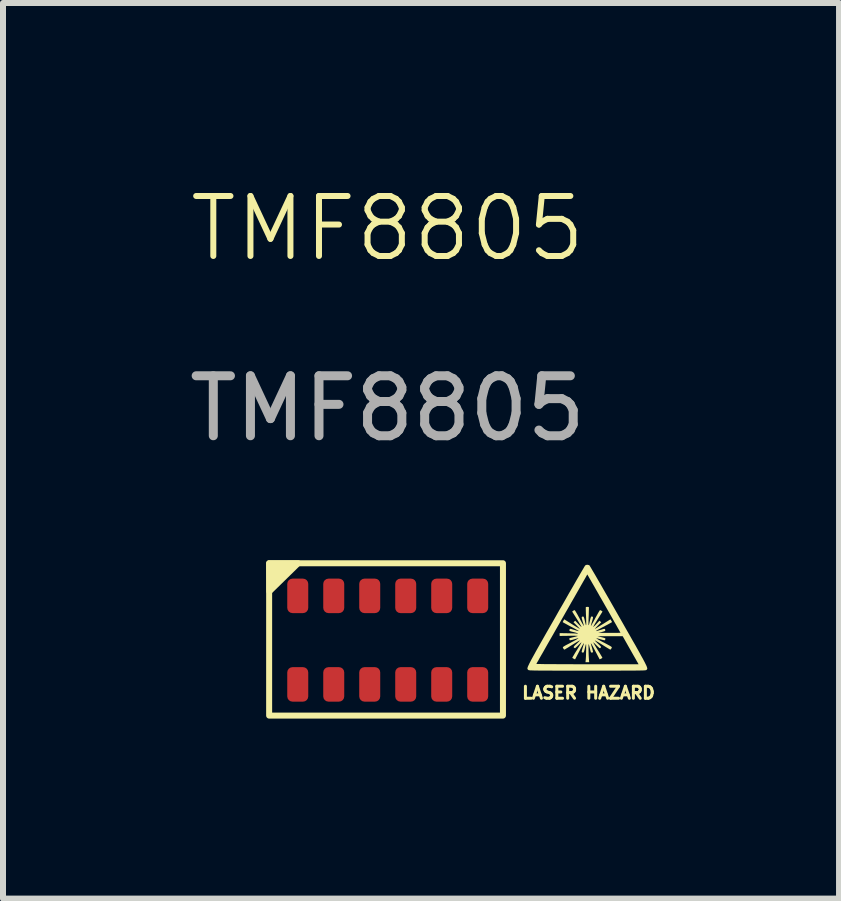
<source format=kicad_pcb>
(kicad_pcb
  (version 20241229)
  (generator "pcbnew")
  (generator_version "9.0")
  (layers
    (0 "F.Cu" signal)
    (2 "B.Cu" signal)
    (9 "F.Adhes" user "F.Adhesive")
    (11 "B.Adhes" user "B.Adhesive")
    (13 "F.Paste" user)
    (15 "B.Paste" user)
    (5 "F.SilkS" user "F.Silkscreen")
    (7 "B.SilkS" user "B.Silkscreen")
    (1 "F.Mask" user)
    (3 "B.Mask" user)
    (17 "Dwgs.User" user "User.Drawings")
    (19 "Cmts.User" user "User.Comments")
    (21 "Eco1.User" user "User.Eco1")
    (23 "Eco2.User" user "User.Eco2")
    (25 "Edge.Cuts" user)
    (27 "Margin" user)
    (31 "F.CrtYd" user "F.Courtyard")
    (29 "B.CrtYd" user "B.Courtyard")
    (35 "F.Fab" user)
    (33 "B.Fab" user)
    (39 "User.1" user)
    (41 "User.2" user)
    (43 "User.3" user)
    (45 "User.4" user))
  (footprint "TMF8805"
    (layer "F.Cu")
    (at 3.411 1.26)
    (property "Reference" "TMF8805" (at 0 -0.5 0) (unlocked yes) (layer "F.SilkS") (effects (font (size 1 1) (thickness 0.1))))
    (attr smd)
    (fp_rect (start -1.974 5.08) (end 1.924 7.62) (stroke (width 0.1) (type default)) (fill no) (layer "F.SilkS"))
    (fp_poly (pts (xy -1.974 5.08) (xy -1.49 5.08) (xy -1.97 5.55) (xy -1.97 5.38)) (stroke (width 0.1) (type solid)) (fill yes) (layer "F.SilkS"))
    (fp_poly (pts (xy 3.361 5.113) (xy 3.366 5.116) (xy 3.371 5.123) (xy 3.382 5.142) (xy 3.399 5.17) (xy 3.421 5.208) (xy 3.449 5.255) (xy 3.481 5.31) (xy 3.517 5.373) (xy 3.558 5.443) (xy 3.602 5.52) (xy 3.649 5.602) (xy 3.699 5.689) (xy 3.751 5.78) (xy 3.805 5.875) (xy 3.855 5.963) (xy 3.922 6.08) (xy 3.982 6.186) (xy 4.037 6.282) (xy 4.085 6.367) (xy 4.129 6.443) (xy 4.167 6.511) (xy 4.2 6.57) (xy 4.228 6.622) (xy 4.253 6.666) (xy 4.273 6.704) (xy 4.29 6.736) (xy 4.303 6.763) (xy 4.314 6.785) (xy 4.321 6.802) (xy 4.326 6.816) (xy 4.329 6.827) (xy 4.33 6.835) (xy 4.329 6.842) (xy 4.327 6.847) (xy 4.324 6.851) (xy 4.32 6.855) (xy 4.318 6.857) (xy 4.316 6.859) (xy 4.313 6.861) (xy 4.309 6.862) (xy 4.304 6.864) (xy 4.295 6.865) (xy 4.284 6.866) (xy 4.269 6.867) (xy 4.249 6.868) (xy 4.224 6.868) (xy 4.193 6.869) (xy 4.156 6.869) (xy 4.112 6.87) (xy 4.06 6.87) (xy 4 6.87) (xy 3.93 6.87) (xy 3.851 6.871) (xy 3.762 6.871) (xy 3.662 6.871) (xy 3.55 6.871) (xy 3.425 6.871) (xy 3.331 6.871) (xy 3.198 6.871) (xy 3.077 6.871) (xy 2.969 6.871) (xy 2.872 6.871) (xy 2.786 6.871) (xy 2.71 6.87) (xy 2.643 6.87) (xy 2.586 6.87) (xy 2.536 6.87) (xy 2.494 6.869) (xy 2.459 6.869) (xy 2.43 6.868) (xy 2.407 6.867) (xy 2.388 6.867) (xy 2.374 6.866) (xy 2.364 6.864) (xy 2.356 6.863) (xy 2.351 6.862) (xy 2.348 6.86) (xy 2.346 6.859) (xy 2.344 6.857) (xy 2.34 6.853) (xy 2.337 6.849) (xy 2.334 6.845) (xy 2.332 6.84) (xy 2.332 6.832) (xy 2.334 6.823) (xy 2.337 6.811) (xy 2.343 6.796) (xy 2.352 6.777) (xy 2.361 6.759) (xy 2.48 6.759) (xy 2.486 6.759) (xy 2.505 6.76) (xy 2.536 6.76) (xy 2.577 6.761) (xy 2.629 6.762) (xy 2.69 6.762) (xy 2.76 6.762) (xy 2.838 6.763) (xy 2.923 6.763) (xy 3.014 6.763) (xy 3.111 6.764) (xy 3.212 6.764) (xy 3.317 6.764) (xy 3.331 6.764) (xy 4.185 6.764) (xy 4.163 6.725) (xy 4.154 6.71) (xy 4.14 6.684) (xy 4.121 6.651) (xy 4.098 6.611) (xy 4.073 6.567) (xy 4.046 6.519) (xy 4.03 6.491) (xy 3.92 6.296) (xy 3.709 6.296) (xy 3.498 6.296) (xy 3.567 6.313) (xy 3.598 6.321) (xy 3.617 6.327) (xy 3.628 6.332) (xy 3.632 6.337) (xy 3.632 6.343) (xy 3.632 6.345) (xy 3.626 6.358) (xy 3.623 6.364) (xy 3.615 6.364) (xy 3.597 6.361) (xy 3.572 6.354) (xy 3.553 6.349) (xy 3.525 6.34) (xy 3.501 6.334) (xy 3.485 6.331) (xy 3.48 6.331) (xy 3.483 6.334) (xy 3.497 6.343) (xy 3.519 6.356) (xy 3.549 6.373) (xy 3.583 6.391) (xy 3.597 6.398) (xy 3.643 6.422) (xy 3.678 6.441) (xy 3.704 6.455) (xy 3.722 6.466) (xy 3.733 6.474) (xy 3.738 6.48) (xy 3.739 6.486) (xy 3.737 6.492) (xy 3.733 6.499) (xy 3.731 6.501) (xy 3.722 6.515) (xy 3.714 6.52) (xy 3.712 6.52) (xy 3.705 6.516) (xy 3.688 6.506) (xy 3.663 6.491) (xy 3.632 6.472) (xy 3.597 6.45) (xy 3.582 6.44) (xy 3.546 6.418) (xy 3.514 6.398) (xy 3.487 6.383) (xy 3.467 6.372) (xy 3.457 6.366) (xy 3.455 6.366) (xy 3.459 6.372) (xy 3.47 6.384) (xy 3.488 6.402) (xy 3.509 6.422) (xy 3.533 6.445) (xy 3.548 6.46) (xy 3.557 6.471) (xy 3.559 6.478) (xy 3.557 6.484) (xy 3.556 6.485) (xy 3.545 6.494) (xy 3.538 6.496) (xy 3.53 6.492) (xy 3.516 6.479) (xy 3.496 6.461) (xy 3.481 6.446) (xy 3.461 6.426) (xy 3.444 6.41) (xy 3.433 6.4) (xy 3.429 6.399) (xy 3.432 6.405) (xy 3.441 6.421) (xy 3.455 6.445) (xy 3.473 6.475) (xy 3.494 6.51) (xy 3.504 6.526) (xy 3.527 6.562) (xy 3.547 6.595) (xy 3.563 6.622) (xy 3.575 6.642) (xy 3.581 6.654) (xy 3.582 6.655) (xy 3.576 6.662) (xy 3.563 6.67) (xy 3.559 6.672) (xy 3.536 6.683) (xy 3.468 6.553) (xy 3.442 6.504) (xy 3.422 6.466) (xy 3.407 6.439) (xy 3.396 6.422) (xy 3.39 6.416) (xy 3.388 6.418) (xy 3.388 6.418) (xy 3.39 6.425) (xy 3.395 6.442) (xy 3.402 6.467) (xy 3.408 6.487) (xy 3.416 6.515) (xy 3.422 6.539) (xy 3.425 6.556) (xy 3.425 6.561) (xy 3.417 6.568) (xy 3.405 6.57) (xy 3.398 6.569) (xy 3.392 6.564) (xy 3.387 6.554) (xy 3.382 6.536) (xy 3.375 6.507) (xy 3.374 6.504) (xy 3.367 6.476) (xy 3.361 6.451) (xy 3.356 6.434) (xy 3.354 6.429) (xy 3.352 6.432) (xy 3.351 6.447) (xy 3.351 6.47) (xy 3.351 6.5) (xy 3.351 6.535) (xy 3.352 6.572) (xy 3.353 6.61) (xy 3.355 6.645) (xy 3.357 6.677) (xy 3.358 6.692) (xy 3.362 6.73) (xy 3.331 6.73) (xy 3.3 6.73) (xy 3.304 6.692) (xy 3.306 6.664) (xy 3.308 6.63) (xy 3.309 6.594) (xy 3.31 6.556) (xy 3.311 6.519) (xy 3.311 6.486) (xy 3.311 6.459) (xy 3.311 6.439) (xy 3.309 6.43) (xy 3.308 6.429) (xy 3.304 6.44) (xy 3.299 6.46) (xy 3.292 6.487) (xy 3.288 6.504) (xy 3.281 6.534) (xy 3.275 6.553) (xy 3.27 6.564) (xy 3.265 6.569) (xy 3.257 6.57) (xy 3.257 6.57) (xy 3.243 6.567) (xy 3.237 6.561) (xy 3.237 6.551) (xy 3.241 6.532) (xy 3.248 6.506) (xy 3.254 6.487) (xy 3.262 6.459) (xy 3.269 6.437) (xy 3.273 6.422) (xy 3.274 6.418) (xy 3.272 6.415) (xy 3.266 6.422) (xy 3.256 6.438) (xy 3.241 6.465) (xy 3.22 6.502) (xy 3.195 6.551) (xy 3.194 6.553) (xy 3.126 6.683) (xy 3.103 6.672) (xy 3.088 6.663) (xy 3.08 6.656) (xy 3.08 6.655) (xy 3.084 6.648) (xy 3.093 6.632) (xy 3.108 6.607) (xy 3.126 6.576) (xy 3.148 6.541) (xy 3.158 6.526) (xy 3.18 6.489) (xy 3.2 6.457) (xy 3.216 6.43) (xy 3.227 6.411) (xy 3.232 6.4) (xy 3.233 6.399) (xy 3.227 6.402) (xy 3.214 6.413) (xy 3.197 6.43) (xy 3.181 6.446) (xy 3.16 6.467) (xy 3.142 6.483) (xy 3.129 6.494) (xy 3.124 6.496) (xy 3.113 6.491) (xy 3.106 6.485) (xy 3.103 6.479) (xy 3.105 6.472) (xy 3.112 6.462) (xy 3.126 6.447) (xy 3.149 6.426) (xy 3.153 6.422) (xy 3.175 6.401) (xy 3.193 6.383) (xy 3.204 6.371) (xy 3.207 6.366) (xy 3.2 6.369) (xy 3.184 6.377) (xy 3.16 6.391) (xy 3.13 6.409) (xy 3.095 6.431) (xy 3.08 6.44) (xy 3.043 6.463) (xy 3.011 6.484) (xy 2.983 6.5) (xy 2.963 6.513) (xy 2.951 6.519) (xy 2.95 6.52) (xy 2.942 6.517) (xy 2.933 6.505) (xy 2.931 6.501) (xy 2.926 6.494) (xy 2.923 6.488) (xy 2.923 6.482) (xy 2.927 6.476) (xy 2.937 6.468) (xy 2.953 6.458) (xy 2.976 6.445) (xy 3.009 6.428) (xy 3.052 6.406) (xy 3.065 6.398) (xy 3.102 6.379) (xy 3.133 6.362) (xy 3.158 6.347) (xy 3.175 6.337) (xy 3.182 6.331) (xy 3.182 6.331) (xy 3.173 6.331) (xy 3.154 6.336) (xy 3.129 6.343) (xy 3.109 6.349) (xy 3.082 6.357) (xy 3.059 6.362) (xy 3.044 6.365) (xy 3.039 6.364) (xy 3.034 6.354) (xy 3.03 6.345) (xy 3.029 6.338) (xy 3.032 6.333) (xy 3.041 6.328) (xy 3.058 6.323) (xy 3.085 6.316) (xy 3.097 6.313) (xy 3.127 6.306) (xy 3.151 6.299) (xy 3.167 6.294) (xy 3.173 6.292) (xy 3.168 6.291) (xy 3.151 6.29) (xy 3.125 6.289) (xy 3.09 6.289) (xy 3.049 6.289) (xy 3.023 6.29) (xy 2.869 6.292) (xy 2.869 6.269) (xy 2.869 6.245) (xy 2.993 6.247) (xy 3.035 6.248) (xy 3.074 6.249) (xy 3.107 6.25) (xy 3.132 6.251) (xy 3.145 6.253) (xy 3.166 6.254) (xy 3.174 6.253) (xy 3.172 6.249) (xy 3.159 6.244) (xy 3.137 6.237) (xy 3.107 6.229) (xy 3.102 6.228) (xy 3.07 6.22) (xy 3.049 6.214) (xy 3.038 6.209) (xy 3.032 6.204) (xy 3.032 6.198) (xy 3.035 6.183) (xy 3.04 6.175) (xy 3.05 6.174) (xy 3.069 6.178) (xy 3.081 6.182) (xy 3.121 6.194) (xy 3.149 6.203) (xy 3.168 6.208) (xy 3.179 6.211) (xy 3.185 6.211) (xy 3.187 6.21) (xy 3.187 6.21) (xy 3.181 6.205) (xy 3.166 6.196) (xy 3.141 6.182) (xy 3.11 6.165) (xy 3.073 6.145) (xy 3.053 6.135) (xy 3.015 6.115) (xy 2.981 6.096) (xy 2.953 6.081) (xy 2.932 6.069) (xy 2.921 6.063) (xy 2.92 6.061) (xy 2.923 6.054) (xy 2.931 6.04) (xy 2.933 6.036) (xy 2.946 6.015) (xy 3.073 6.095) (xy 3.11 6.118) (xy 3.143 6.138) (xy 3.171 6.155) (xy 3.192 6.168) (xy 3.203 6.174) (xy 3.205 6.175) (xy 3.203 6.171) (xy 3.193 6.159) (xy 3.176 6.141) (xy 3.155 6.119) (xy 3.1 6.064) (xy 3.114 6.051) (xy 3.129 6.038) (xy 3.181 6.094) (xy 3.202 6.115) (xy 3.219 6.132) (xy 3.23 6.141) (xy 3.234 6.142) (xy 3.231 6.135) (xy 3.221 6.117) (xy 3.206 6.092) (xy 3.188 6.061) (xy 3.166 6.026) (xy 3.156 6.01) (xy 3.078 5.886) (xy 3.094 5.873) (xy 3.108 5.865) (xy 3.12 5.862) (xy 3.125 5.868) (xy 3.136 5.885) (xy 3.151 5.91) (xy 3.169 5.941) (xy 3.189 5.978) (xy 3.199 5.996) (xy 3.219 6.034) (xy 3.238 6.068) (xy 3.253 6.095) (xy 3.264 6.115) (xy 3.271 6.125) (xy 3.272 6.126) (xy 3.272 6.118) (xy 3.268 6.101) (xy 3.261 6.076) (xy 3.253 6.051) (xy 3.244 6.019) (xy 3.238 5.998) (xy 3.237 5.985) (xy 3.238 5.977) (xy 3.241 5.974) (xy 3.254 5.968) (xy 3.263 5.968) (xy 3.271 5.977) (xy 3.278 5.996) (xy 3.286 6.027) (xy 3.287 6.033) (xy 3.295 6.068) (xy 3.302 6.094) (xy 3.306 6.109) (xy 3.31 6.113) (xy 3.312 6.106) (xy 3.313 6.088) (xy 3.312 6.057) (xy 3.311 6.014) (xy 3.309 5.961) (xy 3.307 5.918) (xy 3.306 5.88) (xy 3.305 5.849) (xy 3.305 5.826) (xy 3.305 5.814) (xy 3.306 5.812) (xy 3.314 5.809) (xy 3.329 5.807) (xy 3.345 5.808) (xy 3.355 5.811) (xy 3.356 5.812) (xy 3.357 5.82) (xy 3.357 5.839) (xy 3.356 5.868) (xy 3.355 5.904) (xy 3.354 5.945) (xy 3.353 5.961) (xy 3.351 6.016) (xy 3.35 6.059) (xy 3.35 6.089) (xy 3.35 6.107) (xy 3.352 6.113) (xy 3.356 6.109) (xy 3.361 6.093) (xy 3.367 6.067) (xy 3.375 6.033) (xy 3.383 6) (xy 3.39 5.98) (xy 3.397 5.969) (xy 3.407 5.967) (xy 3.419 5.972) (xy 3.421 5.974) (xy 3.425 5.978) (xy 3.425 5.987) (xy 3.423 6.002) (xy 3.416 6.026) (xy 3.409 6.051) (xy 3.4 6.08) (xy 3.394 6.104) (xy 3.39 6.12) (xy 3.39 6.126) (xy 3.394 6.121) (xy 3.403 6.106) (xy 3.416 6.082) (xy 3.433 6.052) (xy 3.453 6.016) (xy 3.463 5.996) (xy 3.484 5.958) (xy 3.503 5.924) (xy 3.519 5.896) (xy 3.532 5.875) (xy 3.54 5.864) (xy 3.542 5.862) (xy 3.554 5.865) (xy 3.568 5.873) (xy 3.584 5.886) (xy 3.506 6.01) (xy 3.483 6.047) (xy 3.463 6.08) (xy 3.447 6.108) (xy 3.435 6.128) (xy 3.429 6.14) (xy 3.428 6.142) (xy 3.432 6.141) (xy 3.444 6.131) (xy 3.461 6.115) (xy 3.481 6.094) (xy 3.533 6.038) (xy 3.548 6.051) (xy 3.562 6.064) (xy 3.507 6.119) (xy 3.486 6.141) (xy 3.469 6.159) (xy 3.459 6.171) (xy 3.457 6.175) (xy 3.463 6.172) (xy 3.48 6.162) (xy 3.504 6.147) (xy 3.535 6.128) (xy 3.57 6.106) (xy 3.589 6.095) (xy 3.716 6.015) (xy 3.729 6.036) (xy 3.738 6.051) (xy 3.742 6.06) (xy 3.742 6.061) (xy 3.737 6.065) (xy 3.721 6.074) (xy 3.696 6.088) (xy 3.665 6.105) (xy 3.629 6.124) (xy 3.609 6.135) (xy 3.57 6.155) (xy 3.536 6.174) (xy 3.508 6.189) (xy 3.488 6.201) (xy 3.476 6.208) (xy 3.475 6.21) (xy 3.476 6.211) (xy 3.48 6.211) (xy 3.49 6.209) (xy 3.506 6.205) (xy 3.531 6.197) (xy 3.567 6.187) (xy 3.581 6.182) (xy 3.604 6.175) (xy 3.618 6.174) (xy 3.625 6.178) (xy 3.629 6.19) (xy 3.63 6.198) (xy 3.629 6.205) (xy 3.623 6.21) (xy 3.61 6.215) (xy 3.587 6.222) (xy 3.572 6.226) (xy 3.512 6.24) (xy 3.697 6.241) (xy 3.746 6.241) (xy 3.789 6.241) (xy 3.826 6.241) (xy 3.856 6.24) (xy 3.875 6.239) (xy 3.883 6.238) (xy 3.883 6.238) (xy 3.88 6.232) (xy 3.87 6.215) (xy 3.856 6.189) (xy 3.836 6.154) (xy 3.813 6.112) (xy 3.785 6.064) (xy 3.755 6.01) (xy 3.722 5.952) (xy 3.687 5.89) (xy 3.651 5.827) (xy 3.614 5.762) (xy 3.577 5.697) (xy 3.54 5.633) (xy 3.505 5.571) (xy 3.471 5.512) (xy 3.44 5.457) (xy 3.411 5.407) (xy 3.386 5.363) (xy 3.364 5.326) (xy 3.348 5.297) (xy 3.336 5.277) (xy 3.331 5.268) (xy 3.33 5.267) (xy 3.327 5.273) (xy 3.317 5.29) (xy 3.302 5.317) (xy 3.281 5.354) (xy 3.255 5.399) (xy 3.224 5.453) (xy 3.19 5.514) (xy 3.151 5.582) (xy 3.109 5.656) (xy 3.063 5.735) (xy 3.016 5.819) (xy 2.965 5.907) (xy 2.913 5.999) (xy 2.906 6.011) (xy 2.854 6.103) (xy 2.803 6.192) (xy 2.755 6.277) (xy 2.709 6.357) (xy 2.666 6.432) (xy 2.627 6.501) (xy 2.592 6.563) (xy 2.56 6.618) (xy 2.533 6.665) (xy 2.512 6.704) (xy 2.495 6.732) (xy 2.485 6.751) (xy 2.48 6.759) (xy 2.48 6.759) (xy 2.361 6.759) (xy 2.363 6.753) (xy 2.378 6.725) (xy 2.396 6.69) (xy 2.418 6.65) (xy 2.444 6.603) (xy 2.474 6.548) (xy 2.509 6.486) (xy 2.549 6.415) (xy 2.594 6.336) (xy 2.645 6.246) (xy 2.702 6.147) (xy 2.765 6.037) (xy 2.807 5.963) (xy 2.862 5.865) (xy 2.917 5.771) (xy 2.969 5.68) (xy 3.018 5.593) (xy 3.065 5.512) (xy 3.109 5.436) (xy 3.148 5.367) (xy 3.185 5.304) (xy 3.216 5.25) (xy 3.243 5.204) (xy 3.265 5.167) (xy 3.281 5.139) (xy 3.292 5.122) (xy 3.296 5.116) (xy 3.315 5.107) (xy 3.339 5.106)) (stroke (width 0) (type solid)) (fill yes) (layer "F.SilkS"))
    (fp_text user "LASER HAZARD" (at 2.218 7.358 0) (unlocked yes) (layer "F.SilkS") (effects (font (size 0.2 0.2) (thickness 0.05)) (justify left bottom)))
    (fp_text user "${REFERENCE}" (at 0 2.5 0) (unlocked yes) (layer "F.Fab") (effects (font (size 1 1) (thickness 0.15))))
    (pad "1" smd roundrect (at -1.497 7.1 180) (size 0.35 0.575) (layers "F.Cu" "F.Mask" "F.Paste") (roundrect_rratio 0.25))
    (pad "2" smd roundrect (at -0.897 7.1 180) (size 0.35 0.575) (layers "F.Cu" "F.Mask" "F.Paste") (roundrect_rratio 0.25))
    (pad "3" smd roundrect (at -0.297 7.1 180) (size 0.35 0.575) (layers "F.Cu" "F.Mask" "F.Paste") (roundrect_rratio 0.25))
    (pad "4" smd roundrect (at 0.303 7.1 180) (size 0.35 0.575) (layers "F.Cu" "F.Mask" "F.Paste") (roundrect_rratio 0.25))
    (pad "5" smd roundrect (at 0.903 7.1 180) (size 0.35 0.575) (layers "F.Cu" "F.Mask" "F.Paste") (roundrect_rratio 0.25))
    (pad "6" smd roundrect (at 1.503 7.1 180) (size 0.35 0.575) (layers "F.Cu" "F.Mask" "F.Paste") (roundrect_rratio 0.25))
    (pad "7" smd roundrect (at 1.503 5.624 180) (size 0.35 0.575) (layers "F.Cu" "F.Mask" "F.Paste") (roundrect_rratio 0.25))
    (pad "8" smd roundrect (at 0.903 5.624 180) (size 0.35 0.575) (layers "F.Cu" "F.Mask" "F.Paste") (roundrect_rratio 0.25))
    (pad "9" smd roundrect (at 0.303 5.624 180) (size 0.35 0.575) (layers "F.Cu" "F.Mask" "F.Paste") (roundrect_rratio 0.25))
    (pad "10" smd roundrect (at -0.297 5.624 180) (size 0.35 0.575) (layers "F.Cu" "F.Mask" "F.Paste") (roundrect_rratio 0.25))
    (pad "11" smd roundrect (at -0.897 5.624 180) (size 0.35 0.575) (layers "F.Cu" "F.Mask" "F.Paste") (roundrect_rratio 0.25))
    (pad "12" smd roundrect (at -1.497 5.624 180) (size 0.35 0.575) (layers "F.Cu" "F.Mask" "F.Paste") (roundrect_rratio 0.25)))
  (gr_rect
    (start -3 -3)
    (end 10.938 11.931)
    (stroke (width 0.1) (type default))
    (fill no)
    (layer "Edge.Cuts")))
</source>
